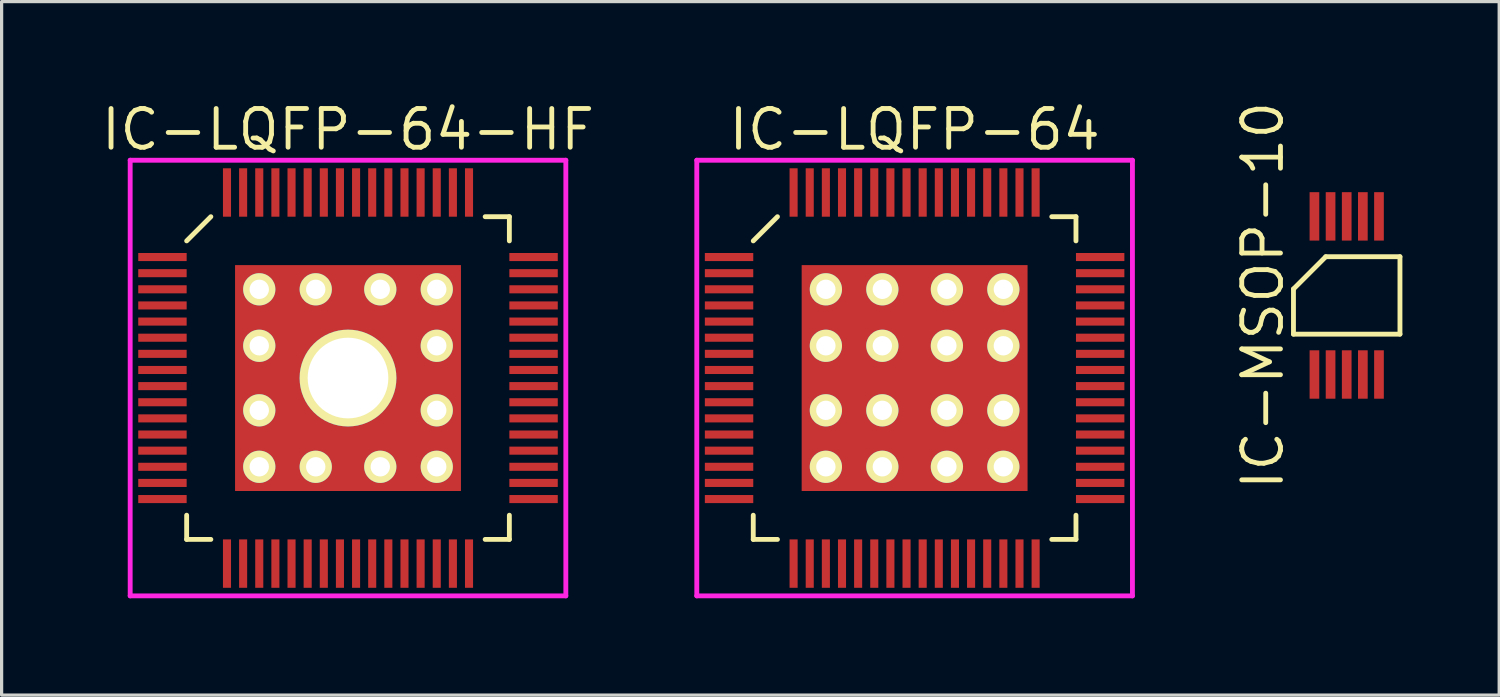
<source format=kicad_pcb>
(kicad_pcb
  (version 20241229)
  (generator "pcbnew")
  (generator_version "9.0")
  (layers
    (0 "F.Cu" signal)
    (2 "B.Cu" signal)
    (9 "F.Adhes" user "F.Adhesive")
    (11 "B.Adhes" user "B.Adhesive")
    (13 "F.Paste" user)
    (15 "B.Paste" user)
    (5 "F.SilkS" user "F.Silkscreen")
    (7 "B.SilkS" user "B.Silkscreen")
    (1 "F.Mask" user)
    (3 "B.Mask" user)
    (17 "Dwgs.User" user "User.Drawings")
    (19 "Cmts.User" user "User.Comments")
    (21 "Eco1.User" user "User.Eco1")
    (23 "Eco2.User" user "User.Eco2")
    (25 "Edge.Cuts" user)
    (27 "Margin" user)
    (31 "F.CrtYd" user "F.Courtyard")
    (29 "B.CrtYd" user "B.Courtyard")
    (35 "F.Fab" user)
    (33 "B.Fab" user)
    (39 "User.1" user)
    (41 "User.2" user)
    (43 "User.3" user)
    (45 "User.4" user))
  (footprint "IC-LQFP-64-HF"
    (layer "F.Cu")
    (at 7.734 8.665)
    (property "Reference" "IC-LQFP-64-HF" (at 0 -7.7 0) (layer "F.SilkS") (effects (font (size 1.2 1.2) (thickness 0.15))))
    (attr through_hole)
    (fp_line (start -5 -4.25) (end -4.25 -5) (stroke (width 0.15) (type solid)) (layer "F.SilkS"))
    (fp_line (start -5 5) (end -5 4.25) (stroke (width 0.15) (type solid)) (layer "F.SilkS"))
    (fp_line (start -4.25 5) (end -5 5) (stroke (width 0.15) (type solid)) (layer "F.SilkS"))
    (fp_line (start 4.25 -5) (end 5 -5) (stroke (width 0.15) (type solid)) (layer "F.SilkS"))
    (fp_line (start 4.25 5) (end 5 5) (stroke (width 0.15) (type solid)) (layer "F.SilkS"))
    (fp_line (start 5 -5) (end 5 -4.25) (stroke (width 0.15) (type solid)) (layer "F.SilkS"))
    (fp_line (start 5 5) (end 5 4.25) (stroke (width 0.15) (type solid)) (layer "F.SilkS"))
    (fp_line (start -6.75 -6.75) (end 6.75 -6.75) (stroke (width 0.15) (type solid)) (layer "F.CrtYd"))
    (fp_line (start -6.75 6.75) (end -6.75 -6.75) (stroke (width 0.15) (type solid)) (layer "F.CrtYd"))
    (fp_line (start 6.75 -6.75) (end 6.75 6.75) (stroke (width 0.15) (type solid)) (layer "F.CrtYd"))
    (fp_line (start 6.75 6.75) (end -6.75 6.75) (stroke (width 0.15) (type solid)) (layer "F.CrtYd"))
    (pad "1" smd rect (at -5.75 -3.75 90) (size 0.25 1.5) (layers "F.Cu" "F.Mask" "F.Paste"))
    (pad "2" smd rect (at -5.75 -3.25 90) (size 0.25 1.5) (layers "F.Cu" "F.Mask" "F.Paste"))
    (pad "3" smd rect (at -5.75 -2.75 90) (size 0.25 1.5) (layers "F.Cu" "F.Mask" "F.Paste"))
    (pad "4" smd rect (at -5.75 -2.25 90) (size 0.25 1.5) (layers "F.Cu" "F.Mask" "F.Paste"))
    (pad "5" smd rect (at -5.75 -1.75 90) (size 0.25 1.5) (layers "F.Cu" "F.Mask" "F.Paste"))
    (pad "6" smd rect (at -5.75 -1.25 90) (size 0.25 1.5) (layers "F.Cu" "F.Mask" "F.Paste"))
    (pad "7" smd rect (at -5.75 -0.75 90) (size 0.25 1.5) (layers "F.Cu" "F.Mask" "F.Paste"))
    (pad "8" smd rect (at -5.75 -0.25 90) (size 0.25 1.5) (layers "F.Cu" "F.Mask" "F.Paste"))
    (pad "9" smd rect (at -5.75 0.25 90) (size 0.25 1.5) (layers "F.Cu" "F.Mask" "F.Paste"))
    (pad "10" smd rect (at -5.75 0.75 90) (size 0.25 1.5) (layers "F.Cu" "F.Mask" "F.Paste"))
    (pad "11" smd rect (at -5.75 1.25 90) (size 0.25 1.5) (layers "F.Cu" "F.Mask" "F.Paste"))
    (pad "12" smd rect (at -5.75 1.75 90) (size 0.25 1.5) (layers "F.Cu" "F.Mask" "F.Paste"))
    (pad "13" smd rect (at -5.75 2.25 90) (size 0.25 1.5) (layers "F.Cu" "F.Mask" "F.Paste"))
    (pad "14" smd rect (at -5.75 2.75 90) (size 0.25 1.5) (layers "F.Cu" "F.Mask" "F.Paste"))
    (pad "15" smd rect (at -5.75 3.25 90) (size 0.25 1.5) (layers "F.Cu" "F.Mask" "F.Paste"))
    (pad "16" smd rect (at -5.75 3.75 90) (size 0.25 1.5) (layers "F.Cu" "F.Mask" "F.Paste"))
    (pad "17" smd rect (at -3.75 5.75) (size 0.25 1.5) (layers "F.Cu" "F.Mask" "F.Paste"))
    (pad "18" smd rect (at -3.25 5.75) (size 0.25 1.5) (layers "F.Cu" "F.Mask" "F.Paste"))
    (pad "19" smd rect (at -2.75 5.75) (size 0.25 1.5) (layers "F.Cu" "F.Mask" "F.Paste"))
    (pad "20" smd rect (at -2.25 5.75) (size 0.25 1.5) (layers "F.Cu" "F.Mask" "F.Paste"))
    (pad "21" smd rect (at -1.75 5.75) (size 0.25 1.5) (layers "F.Cu" "F.Mask" "F.Paste"))
    (pad "22" smd rect (at -1.25 5.75) (size 0.25 1.5) (layers "F.Cu" "F.Mask" "F.Paste"))
    (pad "23" smd rect (at -0.75 5.75) (size 0.25 1.5) (layers "F.Cu" "F.Mask" "F.Paste"))
    (pad "24" smd rect (at -0.25 5.75) (size 0.25 1.5) (layers "F.Cu" "F.Mask" "F.Paste"))
    (pad "25" smd rect (at 0.25 5.75) (size 0.25 1.5) (layers "F.Cu" "F.Mask" "F.Paste"))
    (pad "26" smd rect (at 0.75 5.75) (size 0.25 1.5) (layers "F.Cu" "F.Mask" "F.Paste"))
    (pad "27" smd rect (at 1.25 5.75) (size 0.25 1.5) (layers "F.Cu" "F.Mask" "F.Paste"))
    (pad "28" smd rect (at 1.75 5.75) (size 0.25 1.5) (layers "F.Cu" "F.Mask" "F.Paste"))
    (pad "29" smd rect (at 2.25 5.75) (size 0.25 1.5) (layers "F.Cu" "F.Mask" "F.Paste"))
    (pad "30" smd rect (at 2.75 5.75) (size 0.25 1.5) (layers "F.Cu" "F.Mask" "F.Paste"))
    (pad "31" smd rect (at 3.25 5.75) (size 0.25 1.5) (layers "F.Cu" "F.Mask" "F.Paste"))
    (pad "32" smd rect (at 3.75 5.75) (size 0.25 1.5) (layers "F.Cu" "F.Mask" "F.Paste"))
    (pad "33" smd rect (at 5.75 3.75 90) (size 0.25 1.5) (layers "F.Cu" "F.Mask" "F.Paste"))
    (pad "34" smd rect (at 5.75 3.25 90) (size 0.25 1.5) (layers "F.Cu" "F.Mask" "F.Paste"))
    (pad "35" smd rect (at 5.75 2.75 90) (size 0.25 1.5) (layers "F.Cu" "F.Mask" "F.Paste"))
    (pad "36" smd rect (at 5.75 2.25 90) (size 0.25 1.5) (layers "F.Cu" "F.Mask" "F.Paste"))
    (pad "37" smd rect (at 5.75 1.75 90) (size 0.25 1.5) (layers "F.Cu" "F.Mask" "F.Paste"))
    (pad "38" smd rect (at 5.75 1.25 90) (size 0.25 1.5) (layers "F.Cu" "F.Mask" "F.Paste"))
    (pad "39" smd rect (at 5.75 0.75 90) (size 0.25 1.5) (layers "F.Cu" "F.Mask" "F.Paste"))
    (pad "40" smd rect (at 5.75 0.25 90) (size 0.25 1.5) (layers "F.Cu" "F.Mask" "F.Paste"))
    (pad "41" smd rect (at 5.75 -0.25 90) (size 0.25 1.5) (layers "F.Cu" "F.Mask" "F.Paste"))
    (pad "42" smd rect (at 5.75 -0.75 90) (size 0.25 1.5) (layers "F.Cu" "F.Mask" "F.Paste"))
    (pad "43" smd rect (at 5.75 -1.25 90) (size 0.25 1.5) (layers "F.Cu" "F.Mask" "F.Paste"))
    (pad "44" smd rect (at 5.75 -1.75 90) (size 0.25 1.5) (layers "F.Cu" "F.Mask" "F.Paste"))
    (pad "45" smd rect (at 5.75 -2.25 90) (size 0.25 1.5) (layers "F.Cu" "F.Mask" "F.Paste"))
    (pad "46" smd rect (at 5.75 -2.75 90) (size 0.25 1.5) (layers "F.Cu" "F.Mask" "F.Paste"))
    (pad "47" smd rect (at 5.75 -3.25 90) (size 0.25 1.5) (layers "F.Cu" "F.Mask" "F.Paste"))
    (pad "48" smd rect (at 5.75 -3.75 90) (size 0.25 1.5) (layers "F.Cu" "F.Mask" "F.Paste"))
    (pad "49" smd rect (at 3.75 -5.75) (size 0.25 1.5) (layers "F.Cu" "F.Mask" "F.Paste"))
    (pad "50" smd rect (at 3.25 -5.75) (size 0.25 1.5) (layers "F.Cu" "F.Mask" "F.Paste"))
    (pad "51" smd rect (at 2.75 -5.75) (size 0.25 1.5) (layers "F.Cu" "F.Mask" "F.Paste"))
    (pad "52" smd rect (at 2.25 -5.75) (size 0.25 1.5) (layers "F.Cu" "F.Mask" "F.Paste"))
    (pad "53" smd rect (at 1.75 -5.75) (size 0.25 1.5) (layers "F.Cu" "F.Mask" "F.Paste"))
    (pad "54" smd rect (at 1.25 -5.75) (size 0.25 1.5) (layers "F.Cu" "F.Mask" "F.Paste"))
    (pad "55" smd rect (at 0.75 -5.75) (size 0.25 1.5) (layers "F.Cu" "F.Mask" "F.Paste"))
    (pad "56" smd rect (at 0.25 -5.75) (size 0.25 1.5) (layers "F.Cu" "F.Mask" "F.Paste"))
    (pad "57" smd rect (at -0.25 -5.75) (size 0.25 1.5) (layers "F.Cu" "F.Mask" "F.Paste"))
    (pad "58" smd rect (at -0.75 -5.75) (size 0.25 1.5) (layers "F.Cu" "F.Mask" "F.Paste"))
    (pad "59" smd rect (at -1.25 -5.75) (size 0.25 1.5) (layers "F.Cu" "F.Mask" "F.Paste"))
    (pad "60" smd rect (at -1.75 -5.75) (size 0.25 1.5) (layers "F.Cu" "F.Mask" "F.Paste"))
    (pad "61" smd rect (at -2.25 -5.75) (size 0.25 1.5) (layers "F.Cu" "F.Mask" "F.Paste"))
    (pad "62" smd rect (at -2.75 -5.75) (size 0.25 1.5) (layers "F.Cu" "F.Mask" "F.Paste"))
    (pad "63" smd rect (at -3.25 -5.75) (size 0.25 1.5) (layers "F.Cu" "F.Mask" "F.Paste"))
    (pad "64" smd rect (at -3.75 -5.75) (size 0.25 1.5) (layers "F.Cu" "F.Mask" "F.Paste"))
    (pad "EP" thru_hole circle (at -2.75 -2.75) (size 1 1) (drill 0.6) (layers "*.Cu" "*.Mask" "F.SilkS"))
    (pad "EP" thru_hole circle (at -2.75 -1) (size 1 1) (drill 0.6) (layers "*.Cu" "*.Mask" "F.SilkS"))
    (pad "EP" thru_hole circle (at -2.75 1) (size 1 1) (drill 0.6) (layers "*.Cu" "*.Mask" "F.SilkS"))
    (pad "EP" thru_hole circle (at -2.75 2.75) (size 1 1) (drill 0.6) (layers "*.Cu" "*.Mask" "F.SilkS"))
    (pad "EP" thru_hole circle (at -1 -2.75) (size 1 1) (drill 0.6) (layers "*.Cu" "*.Mask" "F.SilkS"))
    (pad "EP" thru_hole circle (at -1 2.75) (size 1 1) (drill 0.6) (layers "*.Cu" "*.Mask" "F.SilkS"))
    (pad "EP" thru_hole circle (at 0 0) (size 3 3) (drill 2.5) (layers "*.Cu" "*.Mask" "F.SilkS"))
    (pad "EP" smd rect (at 0 0) (size 7 7) (layers "F.Cu" "F.Mask" "F.Paste"))
    (pad "EP" thru_hole circle (at 1 -2.75) (size 1 1) (drill 0.6) (layers "*.Cu" "*.Mask" "F.SilkS"))
    (pad "EP" thru_hole circle (at 1 2.75) (size 1 1) (drill 0.6) (layers "*.Cu" "*.Mask" "F.SilkS"))
    (pad "EP" thru_hole circle (at 2.75 -2.75) (size 1 1) (drill 0.6) (layers "*.Cu" "*.Mask" "F.SilkS"))
    (pad "EP" thru_hole circle (at 2.75 -1) (size 1 1) (drill 0.6) (layers "*.Cu" "*.Mask" "F.SilkS"))
    (pad "EP" thru_hole circle (at 2.75 1) (size 1 1) (drill 0.6) (layers "*.Cu" "*.Mask" "F.SilkS"))
    (pad "EP" thru_hole circle (at 2.75 2.75) (size 1 1) (drill 0.6) (layers "*.Cu" "*.Mask" "F.SilkS")))
  (footprint "IC-MSOP-10"
    (layer "F.Cu")
    (at 38.682 6.105)
    (property "Reference" "IC-MSOP-10" (at -2.6 0 90) (layer "F.SilkS") (effects (font (size 1.2 1.2) (thickness 0.15))))
    (attr through_hole)
    (fp_line (start -1.65 -0.2) (end -1.65 1.2) (stroke (width 0.15) (type solid)) (layer "F.SilkS"))
    (fp_line (start -1.65 1.2) (end 1.65 1.2) (stroke (width 0.15) (type solid)) (layer "F.SilkS"))
    (fp_line (start -0.65 -1.2) (end -1.65 -0.2) (stroke (width 0.15) (type solid)) (layer "F.SilkS"))
    (fp_line (start 1.65 -1.2) (end -0.65 -1.2) (stroke (width 0.15) (type solid)) (layer "F.SilkS"))
    (fp_line (start 1.65 1.2) (end 1.65 -1.2) (stroke (width 0.15) (type solid)) (layer "F.SilkS"))
    (pad "1" smd rect (at -1 2.45) (size 0.3 1.5) (layers "F.Cu" "F.Mask" "F.Paste"))
    (pad "2" smd rect (at -0.5 2.45) (size 0.3 1.5) (layers "F.Cu" "F.Mask" "F.Paste"))
    (pad "3" smd rect (at 0 2.45) (size 0.3 1.5) (layers "F.Cu" "F.Mask" "F.Paste"))
    (pad "4" smd rect (at 0.5 2.45) (size 0.3 1.5) (layers "F.Cu" "F.Mask" "F.Paste"))
    (pad "5" smd rect (at 1 2.45) (size 0.3 1.5) (layers "F.Cu" "F.Mask" "F.Paste"))
    (pad "6" smd rect (at 1 -2.45) (size 0.3 1.5) (layers "F.Cu" "F.Mask" "F.Paste"))
    (pad "7" smd rect (at 0.5 -2.45) (size 0.3 1.5) (layers "F.Cu" "F.Mask" "F.Paste"))
    (pad "8" smd rect (at 0 -2.45) (size 0.3 1.5) (layers "F.Cu" "F.Mask" "F.Paste"))
    (pad "9" smd rect (at -0.5 -2.45) (size 0.3 1.5) (layers "F.Cu" "F.Mask" "F.Paste"))
    (pad "10" smd rect (at -1 -2.45) (size 0.3 1.5) (layers "F.Cu" "F.Mask" "F.Paste")))
  (footprint "IC-LQFP-64"
    (layer "F.Cu")
    (at 25.292 8.665)
    (property "Reference" "IC-LQFP-64" (at 0 -7.7 0) (layer "F.SilkS") (effects (font (size 1.2 1.2) (thickness 0.15))))
    (attr through_hole)
    (fp_line (start -5 -4.25) (end -4.25 -5) (stroke (width 0.15) (type solid)) (layer "F.SilkS"))
    (fp_line (start -5 5) (end -5 4.25) (stroke (width 0.15) (type solid)) (layer "F.SilkS"))
    (fp_line (start -4.25 5) (end -5 5) (stroke (width 0.15) (type solid)) (layer "F.SilkS"))
    (fp_line (start 4.25 -5) (end 5 -5) (stroke (width 0.15) (type solid)) (layer "F.SilkS"))
    (fp_line (start 4.25 5) (end 5 5) (stroke (width 0.15) (type solid)) (layer "F.SilkS"))
    (fp_line (start 5 -5) (end 5 -4.25) (stroke (width 0.15) (type solid)) (layer "F.SilkS"))
    (fp_line (start 5 5) (end 5 4.25) (stroke (width 0.15) (type solid)) (layer "F.SilkS"))
    (fp_line (start -6.75 -6.75) (end 6.75 -6.75) (stroke (width 0.15) (type solid)) (layer "F.CrtYd"))
    (fp_line (start -6.75 6.75) (end -6.75 -6.75) (stroke (width 0.15) (type solid)) (layer "F.CrtYd"))
    (fp_line (start 6.75 -6.75) (end 6.75 6.75) (stroke (width 0.15) (type solid)) (layer "F.CrtYd"))
    (fp_line (start 6.75 6.75) (end -6.75 6.75) (stroke (width 0.15) (type solid)) (layer "F.CrtYd"))
    (pad "1" smd rect (at -5.75 -3.75 90) (size 0.25 1.5) (layers "F.Cu" "F.Mask" "F.Paste"))
    (pad "2" smd rect (at -5.75 -3.25 90) (size 0.25 1.5) (layers "F.Cu" "F.Mask" "F.Paste"))
    (pad "3" smd rect (at -5.75 -2.75 90) (size 0.25 1.5) (layers "F.Cu" "F.Mask" "F.Paste"))
    (pad "4" smd rect (at -5.75 -2.25 90) (size 0.25 1.5) (layers "F.Cu" "F.Mask" "F.Paste"))
    (pad "5" smd rect (at -5.75 -1.75 90) (size 0.25 1.5) (layers "F.Cu" "F.Mask" "F.Paste"))
    (pad "6" smd rect (at -5.75 -1.25 90) (size 0.25 1.5) (layers "F.Cu" "F.Mask" "F.Paste"))
    (pad "7" smd rect (at -5.75 -0.75 90) (size 0.25 1.5) (layers "F.Cu" "F.Mask" "F.Paste"))
    (pad "8" smd rect (at -5.75 -0.25 90) (size 0.25 1.5) (layers "F.Cu" "F.Mask" "F.Paste"))
    (pad "9" smd rect (at -5.75 0.25 90) (size 0.25 1.5) (layers "F.Cu" "F.Mask" "F.Paste"))
    (pad "10" smd rect (at -5.75 0.75 90) (size 0.25 1.5) (layers "F.Cu" "F.Mask" "F.Paste"))
    (pad "11" smd rect (at -5.75 1.25 90) (size 0.25 1.5) (layers "F.Cu" "F.Mask" "F.Paste"))
    (pad "12" smd rect (at -5.75 1.75 90) (size 0.25 1.5) (layers "F.Cu" "F.Mask" "F.Paste"))
    (pad "13" smd rect (at -5.75 2.25 90) (size 0.25 1.5) (layers "F.Cu" "F.Mask" "F.Paste"))
    (pad "14" smd rect (at -5.75 2.75 90) (size 0.25 1.5) (layers "F.Cu" "F.Mask" "F.Paste"))
    (pad "15" smd rect (at -5.75 3.25 90) (size 0.25 1.5) (layers "F.Cu" "F.Mask" "F.Paste"))
    (pad "16" smd rect (at -5.75 3.75 90) (size 0.25 1.5) (layers "F.Cu" "F.Mask" "F.Paste"))
    (pad "17" smd rect (at -3.75 5.75) (size 0.25 1.5) (layers "F.Cu" "F.Mask" "F.Paste"))
    (pad "18" smd rect (at -3.25 5.75) (size 0.25 1.5) (layers "F.Cu" "F.Mask" "F.Paste"))
    (pad "19" smd rect (at -2.75 5.75) (size 0.25 1.5) (layers "F.Cu" "F.Mask" "F.Paste"))
    (pad "20" smd rect (at -2.25 5.75) (size 0.25 1.5) (layers "F.Cu" "F.Mask" "F.Paste"))
    (pad "21" smd rect (at -1.75 5.75) (size 0.25 1.5) (layers "F.Cu" "F.Mask" "F.Paste"))
    (pad "22" smd rect (at -1.25 5.75) (size 0.25 1.5) (layers "F.Cu" "F.Mask" "F.Paste"))
    (pad "23" smd rect (at -0.75 5.75) (size 0.25 1.5) (layers "F.Cu" "F.Mask" "F.Paste"))
    (pad "24" smd rect (at -0.25 5.75) (size 0.25 1.5) (layers "F.Cu" "F.Mask" "F.Paste"))
    (pad "25" smd rect (at 0.25 5.75) (size 0.25 1.5) (layers "F.Cu" "F.Mask" "F.Paste"))
    (pad "26" smd rect (at 0.75 5.75) (size 0.25 1.5) (layers "F.Cu" "F.Mask" "F.Paste"))
    (pad "27" smd rect (at 1.25 5.75) (size 0.25 1.5) (layers "F.Cu" "F.Mask" "F.Paste"))
    (pad "28" smd rect (at 1.75 5.75) (size 0.25 1.5) (layers "F.Cu" "F.Mask" "F.Paste"))
    (pad "29" smd rect (at 2.25 5.75) (size 0.25 1.5) (layers "F.Cu" "F.Mask" "F.Paste"))
    (pad "30" smd rect (at 2.75 5.75) (size 0.25 1.5) (layers "F.Cu" "F.Mask" "F.Paste"))
    (pad "31" smd rect (at 3.25 5.75) (size 0.25 1.5) (layers "F.Cu" "F.Mask" "F.Paste"))
    (pad "32" smd rect (at 3.75 5.75) (size 0.25 1.5) (layers "F.Cu" "F.Mask" "F.Paste"))
    (pad "33" smd rect (at 5.75 3.75 90) (size 0.25 1.5) (layers "F.Cu" "F.Mask" "F.Paste"))
    (pad "34" smd rect (at 5.75 3.25 90) (size 0.25 1.5) (layers "F.Cu" "F.Mask" "F.Paste"))
    (pad "35" smd rect (at 5.75 2.75 90) (size 0.25 1.5) (layers "F.Cu" "F.Mask" "F.Paste"))
    (pad "36" smd rect (at 5.75 2.25 90) (size 0.25 1.5) (layers "F.Cu" "F.Mask" "F.Paste"))
    (pad "37" smd rect (at 5.75 1.75 90) (size 0.25 1.5) (layers "F.Cu" "F.Mask" "F.Paste"))
    (pad "38" smd rect (at 5.75 1.25 90) (size 0.25 1.5) (layers "F.Cu" "F.Mask" "F.Paste"))
    (pad "39" smd rect (at 5.75 0.75 90) (size 0.25 1.5) (layers "F.Cu" "F.Mask" "F.Paste"))
    (pad "40" smd rect (at 5.75 0.25 90) (size 0.25 1.5) (layers "F.Cu" "F.Mask" "F.Paste"))
    (pad "41" smd rect (at 5.75 -0.25 90) (size 0.25 1.5) (layers "F.Cu" "F.Mask" "F.Paste"))
    (pad "42" smd rect (at 5.75 -0.75 90) (size 0.25 1.5) (layers "F.Cu" "F.Mask" "F.Paste"))
    (pad "43" smd rect (at 5.75 -1.25 90) (size 0.25 1.5) (layers "F.Cu" "F.Mask" "F.Paste"))
    (pad "44" smd rect (at 5.75 -1.75 90) (size 0.25 1.5) (layers "F.Cu" "F.Mask" "F.Paste"))
    (pad "45" smd rect (at 5.75 -2.25 90) (size 0.25 1.5) (layers "F.Cu" "F.Mask" "F.Paste"))
    (pad "46" smd rect (at 5.75 -2.75 90) (size 0.25 1.5) (layers "F.Cu" "F.Mask" "F.Paste"))
    (pad "47" smd rect (at 5.75 -3.25 90) (size 0.25 1.5) (layers "F.Cu" "F.Mask" "F.Paste"))
    (pad "48" smd rect (at 5.75 -3.75 90) (size 0.25 1.5) (layers "F.Cu" "F.Mask" "F.Paste"))
    (pad "49" smd rect (at 3.75 -5.75) (size 0.25 1.5) (layers "F.Cu" "F.Mask" "F.Paste"))
    (pad "50" smd rect (at 3.25 -5.75) (size 0.25 1.5) (layers "F.Cu" "F.Mask" "F.Paste"))
    (pad "51" smd rect (at 2.75 -5.75) (size 0.25 1.5) (layers "F.Cu" "F.Mask" "F.Paste"))
    (pad "52" smd rect (at 2.25 -5.75) (size 0.25 1.5) (layers "F.Cu" "F.Mask" "F.Paste"))
    (pad "53" smd rect (at 1.75 -5.75) (size 0.25 1.5) (layers "F.Cu" "F.Mask" "F.Paste"))
    (pad "54" smd rect (at 1.25 -5.75) (size 0.25 1.5) (layers "F.Cu" "F.Mask" "F.Paste"))
    (pad "55" smd rect (at 0.75 -5.75) (size 0.25 1.5) (layers "F.Cu" "F.Mask" "F.Paste"))
    (pad "56" smd rect (at 0.25 -5.75) (size 0.25 1.5) (layers "F.Cu" "F.Mask" "F.Paste"))
    (pad "57" smd rect (at -0.25 -5.75) (size 0.25 1.5) (layers "F.Cu" "F.Mask" "F.Paste"))
    (pad "58" smd rect (at -0.75 -5.75) (size 0.25 1.5) (layers "F.Cu" "F.Mask" "F.Paste"))
    (pad "59" smd rect (at -1.25 -5.75) (size 0.25 1.5) (layers "F.Cu" "F.Mask" "F.Paste"))
    (pad "60" smd rect (at -1.75 -5.75) (size 0.25 1.5) (layers "F.Cu" "F.Mask" "F.Paste"))
    (pad "61" smd rect (at -2.25 -5.75) (size 0.25 1.5) (layers "F.Cu" "F.Mask" "F.Paste"))
    (pad "62" smd rect (at -2.75 -5.75) (size 0.25 1.5) (layers "F.Cu" "F.Mask" "F.Paste"))
    (pad "63" smd rect (at -3.25 -5.75) (size 0.25 1.5) (layers "F.Cu" "F.Mask" "F.Paste"))
    (pad "64" smd rect (at -3.75 -5.75) (size 0.25 1.5) (layers "F.Cu" "F.Mask" "F.Paste"))
    (pad "EP" thru_hole circle (at -2.75 -2.75) (size 1 1) (drill 0.6) (layers "*.Cu" "*.Mask" "F.SilkS"))
    (pad "EP" thru_hole circle (at -2.75 -1) (size 1 1) (drill 0.6) (layers "*.Cu" "*.Mask" "F.SilkS"))
    (pad "EP" thru_hole circle (at -2.75 1) (size 1 1) (drill 0.6) (layers "*.Cu" "*.Mask" "F.SilkS"))
    (pad "EP" thru_hole circle (at -2.75 2.75) (size 1 1) (drill 0.6) (layers "*.Cu" "*.Mask" "F.SilkS"))
    (pad "EP" thru_hole circle (at -1 -2.75) (size 1 1) (drill 0.6) (layers "*.Cu" "*.Mask" "F.SilkS"))
    (pad "EP" thru_hole circle (at -1 -1) (size 1 1) (drill 0.6) (layers "*.Cu" "*.Mask" "F.SilkS"))
    (pad "EP" thru_hole circle (at -1 1) (size 1 1) (drill 0.6) (layers "*.Cu" "*.Mask" "F.SilkS"))
    (pad "EP" thru_hole circle (at -1 2.75) (size 1 1) (drill 0.6) (layers "*.Cu" "*.Mask" "F.SilkS"))
    (pad "EP" smd rect (at 0 0) (size 7 7) (layers "F.Cu" "F.Mask" "F.Paste"))
    (pad "EP" thru_hole circle (at 1 -2.75) (size 1 1) (drill 0.6) (layers "*.Cu" "*.Mask" "F.SilkS"))
    (pad "EP" thru_hole circle (at 1 -1) (size 1 1) (drill 0.6) (layers "*.Cu" "*.Mask" "F.SilkS"))
    (pad "EP" thru_hole circle (at 1 1) (size 1 1) (drill 0.6) (layers "*.Cu" "*.Mask" "F.SilkS"))
    (pad "EP" thru_hole circle (at 1 2.75) (size 1 1) (drill 0.6) (layers "*.Cu" "*.Mask" "F.SilkS"))
    (pad "EP" thru_hole circle (at 2.75 -2.75) (size 1 1) (drill 0.6) (layers "*.Cu" "*.Mask" "F.SilkS"))
    (pad "EP" thru_hole circle (at 2.75 -1) (size 1 1) (drill 0.6) (layers "*.Cu" "*.Mask" "F.SilkS"))
    (pad "EP" thru_hole circle (at 2.75 1) (size 1 1) (drill 0.6) (layers "*.Cu" "*.Mask" "F.SilkS"))
    (pad "EP" thru_hole circle (at 2.75 2.75) (size 1 1) (drill 0.6) (layers "*.Cu" "*.Mask" "F.SilkS")))
  (gr_rect
    (start -3 -3)
    (end 43.407 18.49)
    (stroke (width 0.1) (type default))
    (fill no)
    (layer "Edge.Cuts")))
</source>
